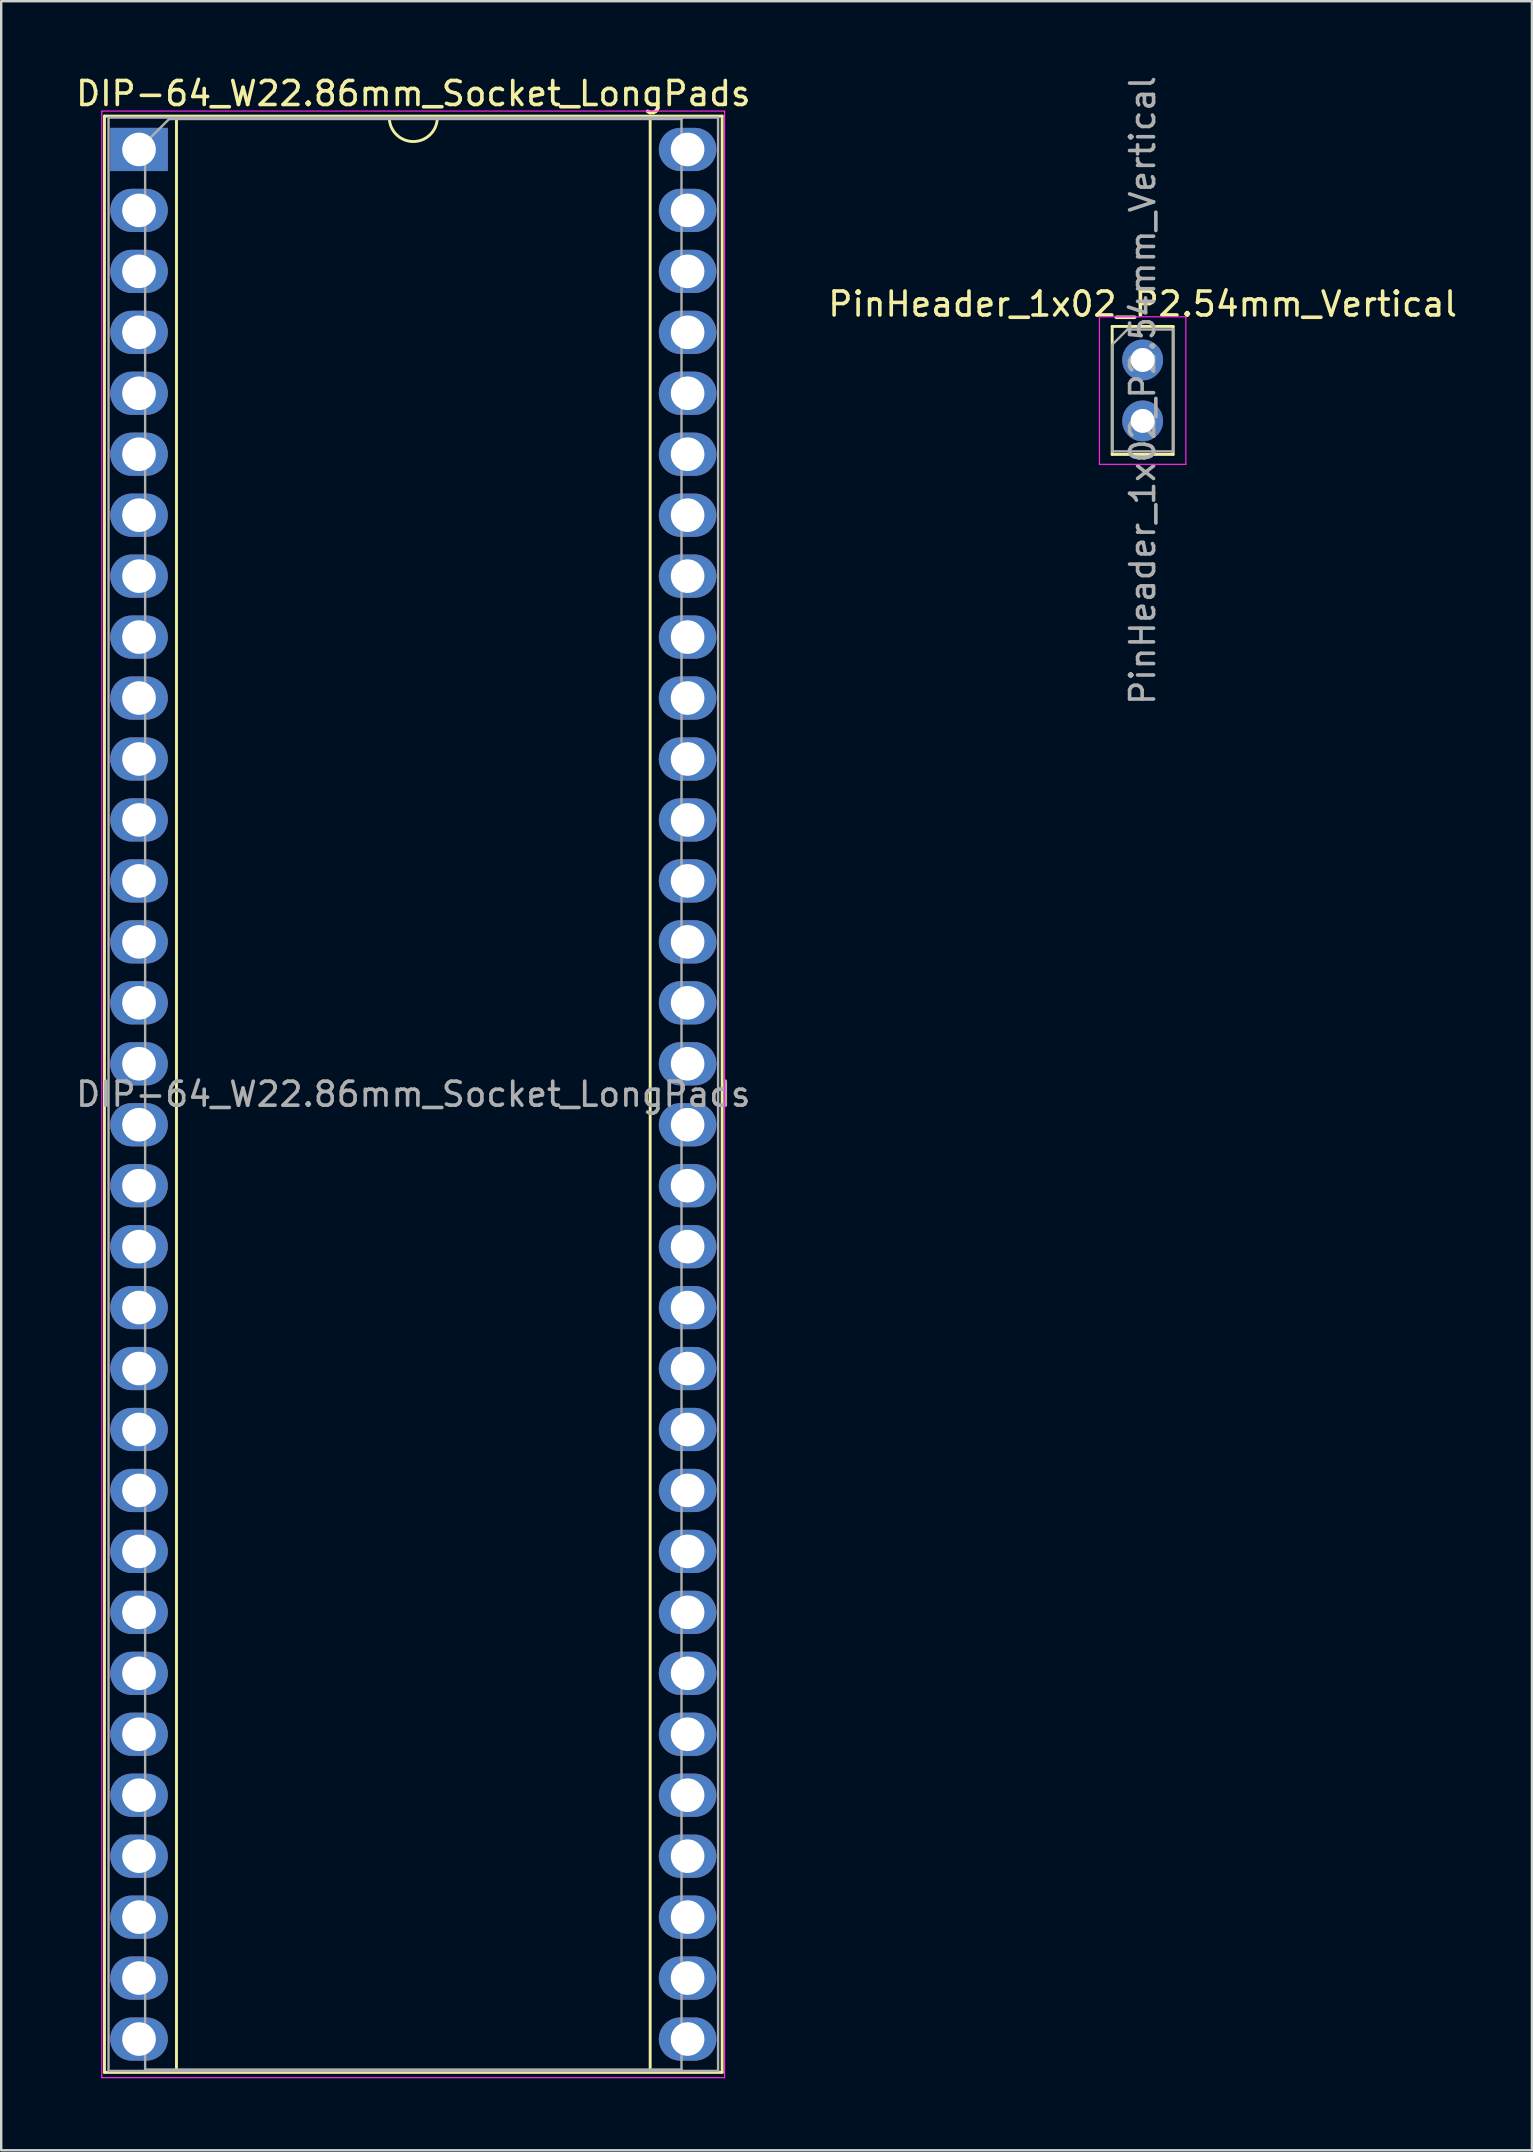
<source format=kicad_pcb>
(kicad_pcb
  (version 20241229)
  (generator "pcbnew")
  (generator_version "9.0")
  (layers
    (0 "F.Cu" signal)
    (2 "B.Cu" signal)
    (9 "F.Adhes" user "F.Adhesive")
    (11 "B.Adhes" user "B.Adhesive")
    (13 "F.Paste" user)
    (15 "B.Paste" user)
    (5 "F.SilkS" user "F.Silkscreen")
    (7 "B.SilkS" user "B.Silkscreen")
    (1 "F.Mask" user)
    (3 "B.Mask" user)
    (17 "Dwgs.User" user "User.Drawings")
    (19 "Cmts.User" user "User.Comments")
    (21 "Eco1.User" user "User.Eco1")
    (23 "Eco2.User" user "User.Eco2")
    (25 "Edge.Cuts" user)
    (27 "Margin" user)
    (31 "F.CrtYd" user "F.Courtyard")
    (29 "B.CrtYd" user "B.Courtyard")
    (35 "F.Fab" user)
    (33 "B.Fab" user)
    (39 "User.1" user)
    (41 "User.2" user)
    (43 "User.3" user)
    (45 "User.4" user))
  (footprint "DIP-64_W22.86mm_Socket_LongPads"
    (layer "F.Cu")
    (at 2.743 3.178)
    (property "Reference" "DIP-64_W22.86mm_Socket_LongPads" (at 11.43 -2.33 0) (layer "F.SilkS") (effects (font (size 1 1) (thickness 0.15))))
    (attr through_hole)
    (fp_line (start -1.44 -1.39) (end -1.44 80.13) (stroke (width 0.12) (type solid)) (layer "F.SilkS"))
    (fp_line (start -1.44 80.13) (end 24.3 80.13) (stroke (width 0.12) (type solid)) (layer "F.SilkS"))
    (fp_line (start 1.56 -1.33) (end 1.56 80.07) (stroke (width 0.12) (type solid)) (layer "F.SilkS"))
    (fp_line (start 1.56 80.07) (end 21.3 80.07) (stroke (width 0.12) (type solid)) (layer "F.SilkS"))
    (fp_line (start 10.43 -1.33) (end 1.56 -1.33) (stroke (width 0.12) (type solid)) (layer "F.SilkS"))
    (fp_line (start 21.3 -1.33) (end 12.43 -1.33) (stroke (width 0.12) (type solid)) (layer "F.SilkS"))
    (fp_line (start 21.3 80.07) (end 21.3 -1.33) (stroke (width 0.12) (type solid)) (layer "F.SilkS"))
    (fp_line (start 24.3 -1.39) (end -1.44 -1.39) (stroke (width 0.12) (type solid)) (layer "F.SilkS"))
    (fp_line (start 24.3 80.13) (end 24.3 -1.39) (stroke (width 0.12) (type solid)) (layer "F.SilkS"))
    (fp_arc (start 12.43 -1.33) (mid 11.43 -0.33) (end 10.43 -1.33) (stroke (width 0.12) (type solid)) (layer "F.SilkS"))
    (fp_line (start -1.55 -1.6) (end -1.55 80.35) (stroke (width 0.05) (type solid)) (layer "F.CrtYd"))
    (fp_line (start -1.55 80.35) (end 24.4 80.35) (stroke (width 0.05) (type solid)) (layer "F.CrtYd"))
    (fp_line (start 24.4 -1.6) (end -1.55 -1.6) (stroke (width 0.05) (type solid)) (layer "F.CrtYd"))
    (fp_line (start 24.4 80.35) (end 24.4 -1.6) (stroke (width 0.05) (type solid)) (layer "F.CrtYd"))
    (fp_line (start -1.27 -1.33) (end -1.27 80.07) (stroke (width 0.1) (type solid)) (layer "F.Fab"))
    (fp_line (start -1.27 80.07) (end 24.13 80.07) (stroke (width 0.1) (type solid)) (layer "F.Fab"))
    (fp_line (start 0.255 -0.27) (end 1.255 -1.27) (stroke (width 0.1) (type solid)) (layer "F.Fab"))
    (fp_line (start 0.255 80.01) (end 0.255 -0.27) (stroke (width 0.1) (type solid)) (layer "F.Fab"))
    (fp_line (start 1.255 -1.27) (end 22.605 -1.27) (stroke (width 0.1) (type solid)) (layer "F.Fab"))
    (fp_line (start 22.605 -1.27) (end 22.605 80.01) (stroke (width 0.1) (type solid)) (layer "F.Fab"))
    (fp_line (start 22.605 80.01) (end 0.255 80.01) (stroke (width 0.1) (type solid)) (layer "F.Fab"))
    (fp_line (start 24.13 -1.33) (end -1.27 -1.33) (stroke (width 0.1) (type solid)) (layer "F.Fab"))
    (fp_line (start 24.13 80.07) (end 24.13 -1.33) (stroke (width 0.1) (type solid)) (layer "F.Fab"))
    (fp_text user "${REFERENCE}" (at 11.43 39.37 0) (layer "F.Fab") (effects (font (size 1 1) (thickness 0.15))))
    (pad "1" thru_hole rect (at 0 0) (size 2.4 1.8) (drill 1.4) (layers "*.Cu" "*.Mask"))
    (pad "2" thru_hole oval (at 0 2.54) (size 2.4 1.8) (drill 1.4) (layers "*.Cu" "*.Mask"))
    (pad "3" thru_hole oval (at 0 5.08) (size 2.4 1.8) (drill 1.4) (layers "*.Cu" "*.Mask"))
    (pad "4" thru_hole oval (at 0 7.62) (size 2.4 1.8) (drill 1.4) (layers "*.Cu" "*.Mask"))
    (pad "5" thru_hole oval (at 0 10.16) (size 2.4 1.8) (drill 1.4) (layers "*.Cu" "*.Mask"))
    (pad "6" thru_hole oval (at 0 12.7) (size 2.4 1.8) (drill 1.4) (layers "*.Cu" "*.Mask"))
    (pad "7" thru_hole oval (at 0 15.24) (size 2.4 1.8) (drill 1.4) (layers "*.Cu" "*.Mask"))
    (pad "8" thru_hole oval (at 0 17.78) (size 2.4 1.8) (drill 1.4) (layers "*.Cu" "*.Mask"))
    (pad "9" thru_hole oval (at 0 20.32) (size 2.4 1.8) (drill 1.4) (layers "*.Cu" "*.Mask"))
    (pad "10" thru_hole oval (at 0 22.86) (size 2.4 1.8) (drill 1.4) (layers "*.Cu" "*.Mask"))
    (pad "11" thru_hole oval (at 0 25.4) (size 2.4 1.8) (drill 1.4) (layers "*.Cu" "*.Mask"))
    (pad "12" thru_hole oval (at 0 27.94) (size 2.4 1.8) (drill 1.4) (layers "*.Cu" "*.Mask"))
    (pad "13" thru_hole oval (at 0 30.48) (size 2.4 1.8) (drill 1.4) (layers "*.Cu" "*.Mask"))
    (pad "14" thru_hole oval (at 0 33.02) (size 2.4 1.8) (drill 1.4) (layers "*.Cu" "*.Mask"))
    (pad "15" thru_hole oval (at 0 35.56) (size 2.4 1.8) (drill 1.4) (layers "*.Cu" "*.Mask"))
    (pad "16" thru_hole oval (at 0 38.1) (size 2.4 1.8) (drill 1.4) (layers "*.Cu" "*.Mask"))
    (pad "17" thru_hole oval (at 0 40.64) (size 2.4 1.8) (drill 1.4) (layers "*.Cu" "*.Mask"))
    (pad "18" thru_hole oval (at 0 43.18) (size 2.4 1.8) (drill 1.4) (layers "*.Cu" "*.Mask"))
    (pad "19" thru_hole oval (at 0 45.72) (size 2.4 1.8) (drill 1.4) (layers "*.Cu" "*.Mask"))
    (pad "20" thru_hole oval (at 0 48.26) (size 2.4 1.8) (drill 1.4) (layers "*.Cu" "*.Mask"))
    (pad "21" thru_hole oval (at 0 50.8) (size 2.4 1.8) (drill 1.4) (layers "*.Cu" "*.Mask"))
    (pad "22" thru_hole oval (at 0 53.34) (size 2.4 1.8) (drill 1.4) (layers "*.Cu" "*.Mask"))
    (pad "23" thru_hole oval (at 0 55.88) (size 2.4 1.8) (drill 1.4) (layers "*.Cu" "*.Mask"))
    (pad "24" thru_hole oval (at 0 58.42) (size 2.4 1.8) (drill 1.4) (layers "*.Cu" "*.Mask"))
    (pad "25" thru_hole oval (at 0 60.96) (size 2.4 1.8) (drill 1.4) (layers "*.Cu" "*.Mask"))
    (pad "26" thru_hole oval (at 0 63.5) (size 2.4 1.8) (drill 1.4) (layers "*.Cu" "*.Mask"))
    (pad "27" thru_hole oval (at 0 66.04) (size 2.4 1.8) (drill 1.4) (layers "*.Cu" "*.Mask"))
    (pad "28" thru_hole oval (at 0 68.58) (size 2.4 1.8) (drill 1.4) (layers "*.Cu" "*.Mask"))
    (pad "29" thru_hole oval (at 0 71.12) (size 2.4 1.8) (drill 1.4) (layers "*.Cu" "*.Mask"))
    (pad "30" thru_hole oval (at 0 73.66) (size 2.4 1.8) (drill 1.4) (layers "*.Cu" "*.Mask"))
    (pad "31" thru_hole oval (at 0 76.2) (size 2.4 1.8) (drill 1.4) (layers "*.Cu" "*.Mask"))
    (pad "32" thru_hole oval (at 0 78.74) (size 2.4 1.8) (drill 1.4) (layers "*.Cu" "*.Mask"))
    (pad "33" thru_hole oval (at 22.86 78.74) (size 2.4 1.8) (drill 1.4) (layers "*.Cu" "*.Mask"))
    (pad "34" thru_hole oval (at 22.86 76.2) (size 2.4 1.8) (drill 1.4) (layers "*.Cu" "*.Mask"))
    (pad "35" thru_hole oval (at 22.86 73.66) (size 2.4 1.8) (drill 1.4) (layers "*.Cu" "*.Mask"))
    (pad "36" thru_hole oval (at 22.86 71.12) (size 2.4 1.8) (drill 1.4) (layers "*.Cu" "*.Mask"))
    (pad "37" thru_hole oval (at 22.86 68.58) (size 2.4 1.8) (drill 1.4) (layers "*.Cu" "*.Mask"))
    (pad "38" thru_hole oval (at 22.86 66.04) (size 2.4 1.8) (drill 1.4) (layers "*.Cu" "*.Mask"))
    (pad "39" thru_hole oval (at 22.86 63.5) (size 2.4 1.8) (drill 1.4) (layers "*.Cu" "*.Mask"))
    (pad "40" thru_hole oval (at 22.86 60.96) (size 2.4 1.8) (drill 1.4) (layers "*.Cu" "*.Mask"))
    (pad "41" thru_hole oval (at 22.86 58.42) (size 2.4 1.8) (drill 1.4) (layers "*.Cu" "*.Mask"))
    (pad "42" thru_hole oval (at 22.86 55.88) (size 2.4 1.8) (drill 1.4) (layers "*.Cu" "*.Mask"))
    (pad "43" thru_hole oval (at 22.86 53.34) (size 2.4 1.8) (drill 1.4) (layers "*.Cu" "*.Mask"))
    (pad "44" thru_hole oval (at 22.86 50.8) (size 2.4 1.8) (drill 1.4) (layers "*.Cu" "*.Mask"))
    (pad "45" thru_hole oval (at 22.86 48.26) (size 2.4 1.8) (drill 1.4) (layers "*.Cu" "*.Mask"))
    (pad "46" thru_hole oval (at 22.86 45.72) (size 2.4 1.8) (drill 1.4) (layers "*.Cu" "*.Mask"))
    (pad "47" thru_hole oval (at 22.86 43.18) (size 2.4 1.8) (drill 1.4) (layers "*.Cu" "*.Mask"))
    (pad "48" thru_hole oval (at 22.86 40.64) (size 2.4 1.8) (drill 1.4) (layers "*.Cu" "*.Mask"))
    (pad "49" thru_hole oval (at 22.86 38.1) (size 2.4 1.8) (drill 1.4) (layers "*.Cu" "*.Mask"))
    (pad "50" thru_hole oval (at 22.86 35.56) (size 2.4 1.8) (drill 1.4) (layers "*.Cu" "*.Mask"))
    (pad "51" thru_hole oval (at 22.86 33.02) (size 2.4 1.8) (drill 1.4) (layers "*.Cu" "*.Mask"))
    (pad "52" thru_hole oval (at 22.86 30.48) (size 2.4 1.8) (drill 1.4) (layers "*.Cu" "*.Mask"))
    (pad "53" thru_hole oval (at 22.86 27.94) (size 2.4 1.8) (drill 1.4) (layers "*.Cu" "*.Mask"))
    (pad "54" thru_hole oval (at 22.86 25.4) (size 2.4 1.8) (drill 1.4) (layers "*.Cu" "*.Mask"))
    (pad "55" thru_hole oval (at 22.86 22.86) (size 2.4 1.8) (drill 1.4) (layers "*.Cu" "*.Mask"))
    (pad "56" thru_hole oval (at 22.86 20.32) (size 2.4 1.8) (drill 1.4) (layers "*.Cu" "*.Mask"))
    (pad "57" thru_hole oval (at 22.86 17.78) (size 2.4 1.8) (drill 1.4) (layers "*.Cu" "*.Mask"))
    (pad "58" thru_hole oval (at 22.86 15.24) (size 2.4 1.8) (drill 1.4) (layers "*.Cu" "*.Mask"))
    (pad "59" thru_hole oval (at 22.86 12.7) (size 2.4 1.8) (drill 1.4) (layers "*.Cu" "*.Mask"))
    (pad "60" thru_hole oval (at 22.86 10.16) (size 2.4 1.8) (drill 1.4) (layers "*.Cu" "*.Mask"))
    (pad "61" thru_hole oval (at 22.86 7.62) (size 2.4 1.8) (drill 1.4) (layers "*.Cu" "*.Mask"))
    (pad "62" thru_hole oval (at 22.86 5.08) (size 2.4 1.8) (drill 1.4) (layers "*.Cu" "*.Mask"))
    (pad "63" thru_hole oval (at 22.86 2.54) (size 2.4 1.8) (drill 1.4) (layers "*.Cu" "*.Mask"))
    (pad "64" thru_hole oval (at 22.86 0) (size 2.4 1.8) (drill 1.4) (layers "*.Cu" "*.Mask")))
  (footprint "PinHeader_1x02_P2.54mm_Vertical"
    (layer "F.Cu")
    (at 44.565 11.95)
    (property "Reference" "PinHeader_1x02_P2.54mm_Vertical" (at 0 -2.33 0) (layer "F.SilkS") (effects (font (size 1 1) (thickness 0.15))))
    (attr through_hole)
    (fp_line (start -1.27 -1.397) (end -1.27 3.937) (stroke (width 0.12) (type solid)) (layer "F.SilkS"))
    (fp_line (start -1.27 -1.397) (end 1.27 -1.397) (stroke (width 0.12) (type solid)) (layer "F.SilkS"))
    (fp_line (start -1.27 3.937) (end 1.27 3.937) (stroke (width 0.12) (type solid)) (layer "F.SilkS"))
    (fp_line (start 1.27 -1.397) (end 1.27 3.937) (stroke (width 0.12) (type solid)) (layer "F.SilkS"))
    (fp_line (start -1.8 -1.8) (end -1.8 4.35) (stroke (width 0.05) (type solid)) (layer "F.CrtYd"))
    (fp_line (start -1.8 4.35) (end 1.8 4.35) (stroke (width 0.05) (type solid)) (layer "F.CrtYd"))
    (fp_line (start 1.8 -1.8) (end -1.8 -1.8) (stroke (width 0.05) (type solid)) (layer "F.CrtYd"))
    (fp_line (start 1.8 4.35) (end 1.8 -1.8) (stroke (width 0.05) (type solid)) (layer "F.CrtYd"))
    (fp_line (start -1.27 -0.635) (end -0.635 -1.27) (stroke (width 0.1) (type solid)) (layer "F.Fab"))
    (fp_line (start -1.27 3.81) (end -1.27 -0.635) (stroke (width 0.1) (type solid)) (layer "F.Fab"))
    (fp_line (start -0.635 -1.27) (end 1.27 -1.27) (stroke (width 0.1) (type solid)) (layer "F.Fab"))
    (fp_line (start 1.27 -1.27) (end 1.27 3.81) (stroke (width 0.1) (type solid)) (layer "F.Fab"))
    (fp_line (start 1.27 3.81) (end -1.27 3.81) (stroke (width 0.1) (type solid)) (layer "F.Fab"))
    (fp_text user "${REFERENCE}" (at 0 1.27 90) (layer "F.Fab") (effects (font (size 1 1) (thickness 0.15))))
    (pad "1" thru_hole circle (at 0 0) (size 1.7 1.7) (drill 1) (layers "*.Cu" "*.Mask"))
    (pad "2" thru_hole oval (at 0 2.54) (size 1.7 1.7) (drill 1) (layers "*.Cu" "*.Mask")))
  (gr_rect
    (start -3 -3)
    (end 60.786 86.553)
    (stroke (width 0.1) (type default))
    (fill no)
    (layer "Edge.Cuts")))
</source>
